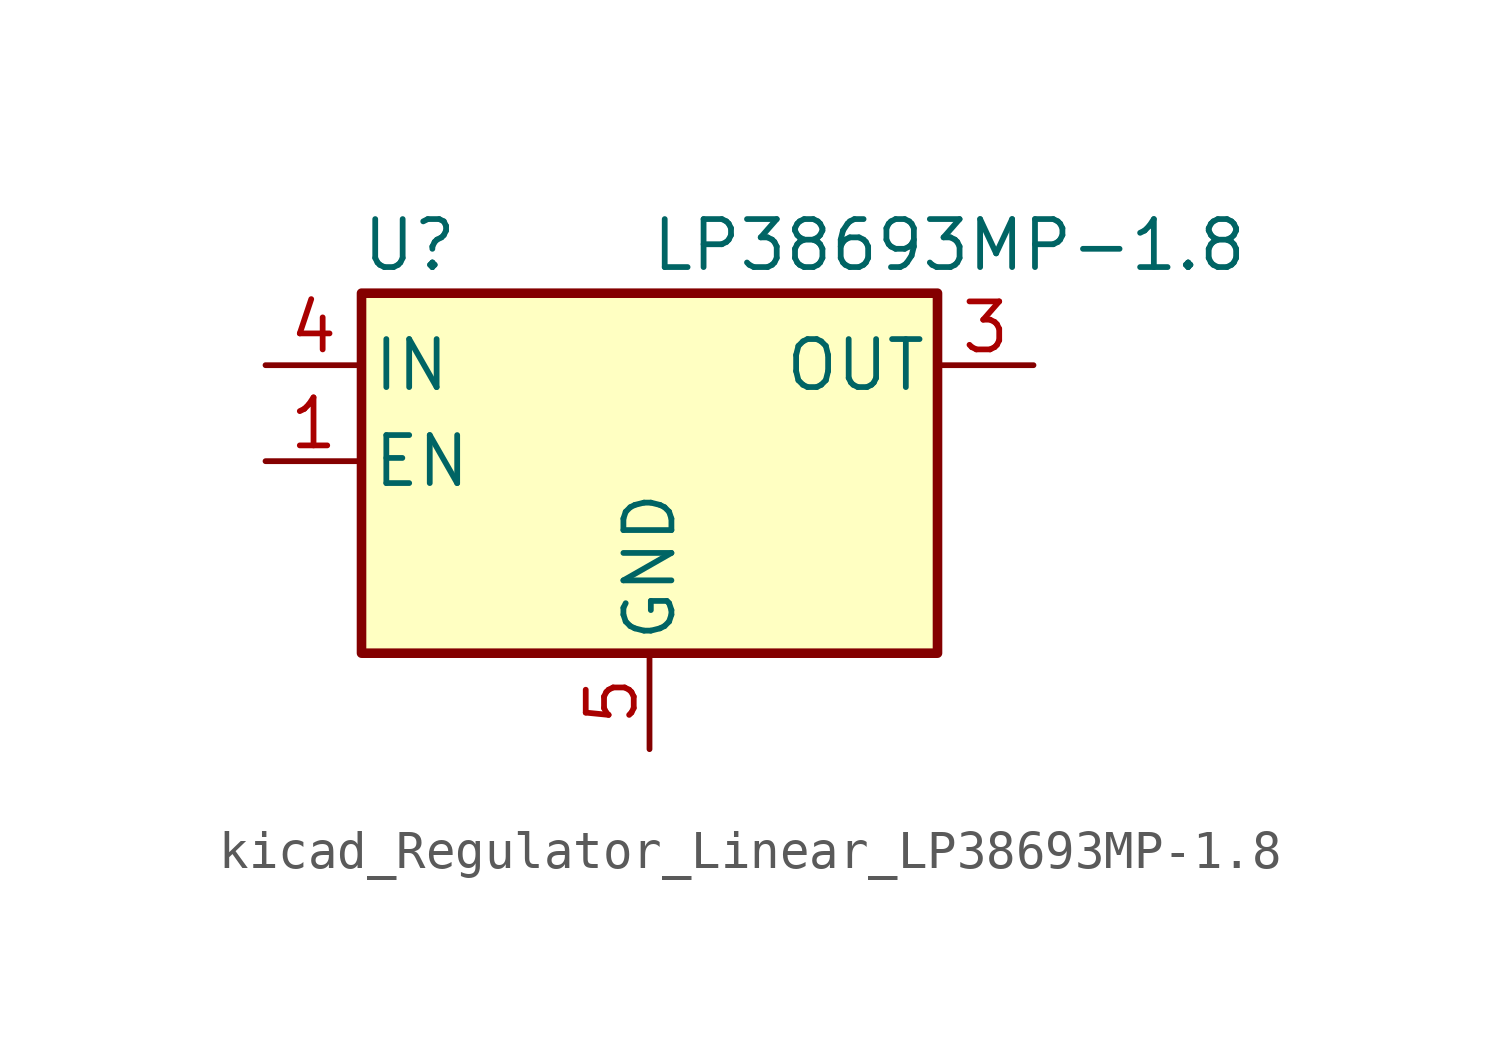
<source format=kicad_sym>
(kicad_symbol_lib
  (version 20220914)
  (generator kicad_symbol_editor)
  (symbol "kicad_Regulator_Linear_LP38693MP-1.8"
    (pin_names
      (offset 0.254))
    (property "Reference" "U"
      (at -6.35 5.715 0)
      (effects (font (size 1.27 1.27))))
    (property "Value" "LP38693MP-1.8"
      (at 0 5.715 0)
      (effects (font (size 1.27 1.27)) (justify left)))
    (symbol "kicad_Regulator_Linear_LP38693MP-1.8_0_1"
      (rectangle (start -7.62 -5.08) (end 7.62 4.445) (stroke (width 0.254) (type default)) (fill (type background))))
    (symbol "kicad_Regulator_Linear_LP38693MP-1.8_1_1"
      (pin input line (at -10.16 0 0) (length 2.54) (name "EN" (effects (font (size 1.27 1.27)))) (number "1" (effects (font (size 1.27 1.27)))))
      (pin no_connect line (at 7.62 0 180) (length 2.54) hide (name "NC" (effects (font (size 1.27 1.27)))) (number "2" (effects (font (size 1.27 1.27)))))
      (pin power_out line (at 10.16 2.54 180) (length 2.54) (name "OUT" (effects (font (size 1.27 1.27)))) (number "3" (effects (font (size 1.27 1.27)))))
      (pin power_in line (at -10.16 2.54 0) (length 2.54) (name "IN" (effects (font (size 1.27 1.27)))) (number "4" (effects (font (size 1.27 1.27)))))
      (pin power_in line (at 0 -7.62 90) (length 2.54) (name "GND" (effects (font (size 1.27 1.27)))) (number "5" (effects (font (size 1.27 1.27))))))))
</source>
